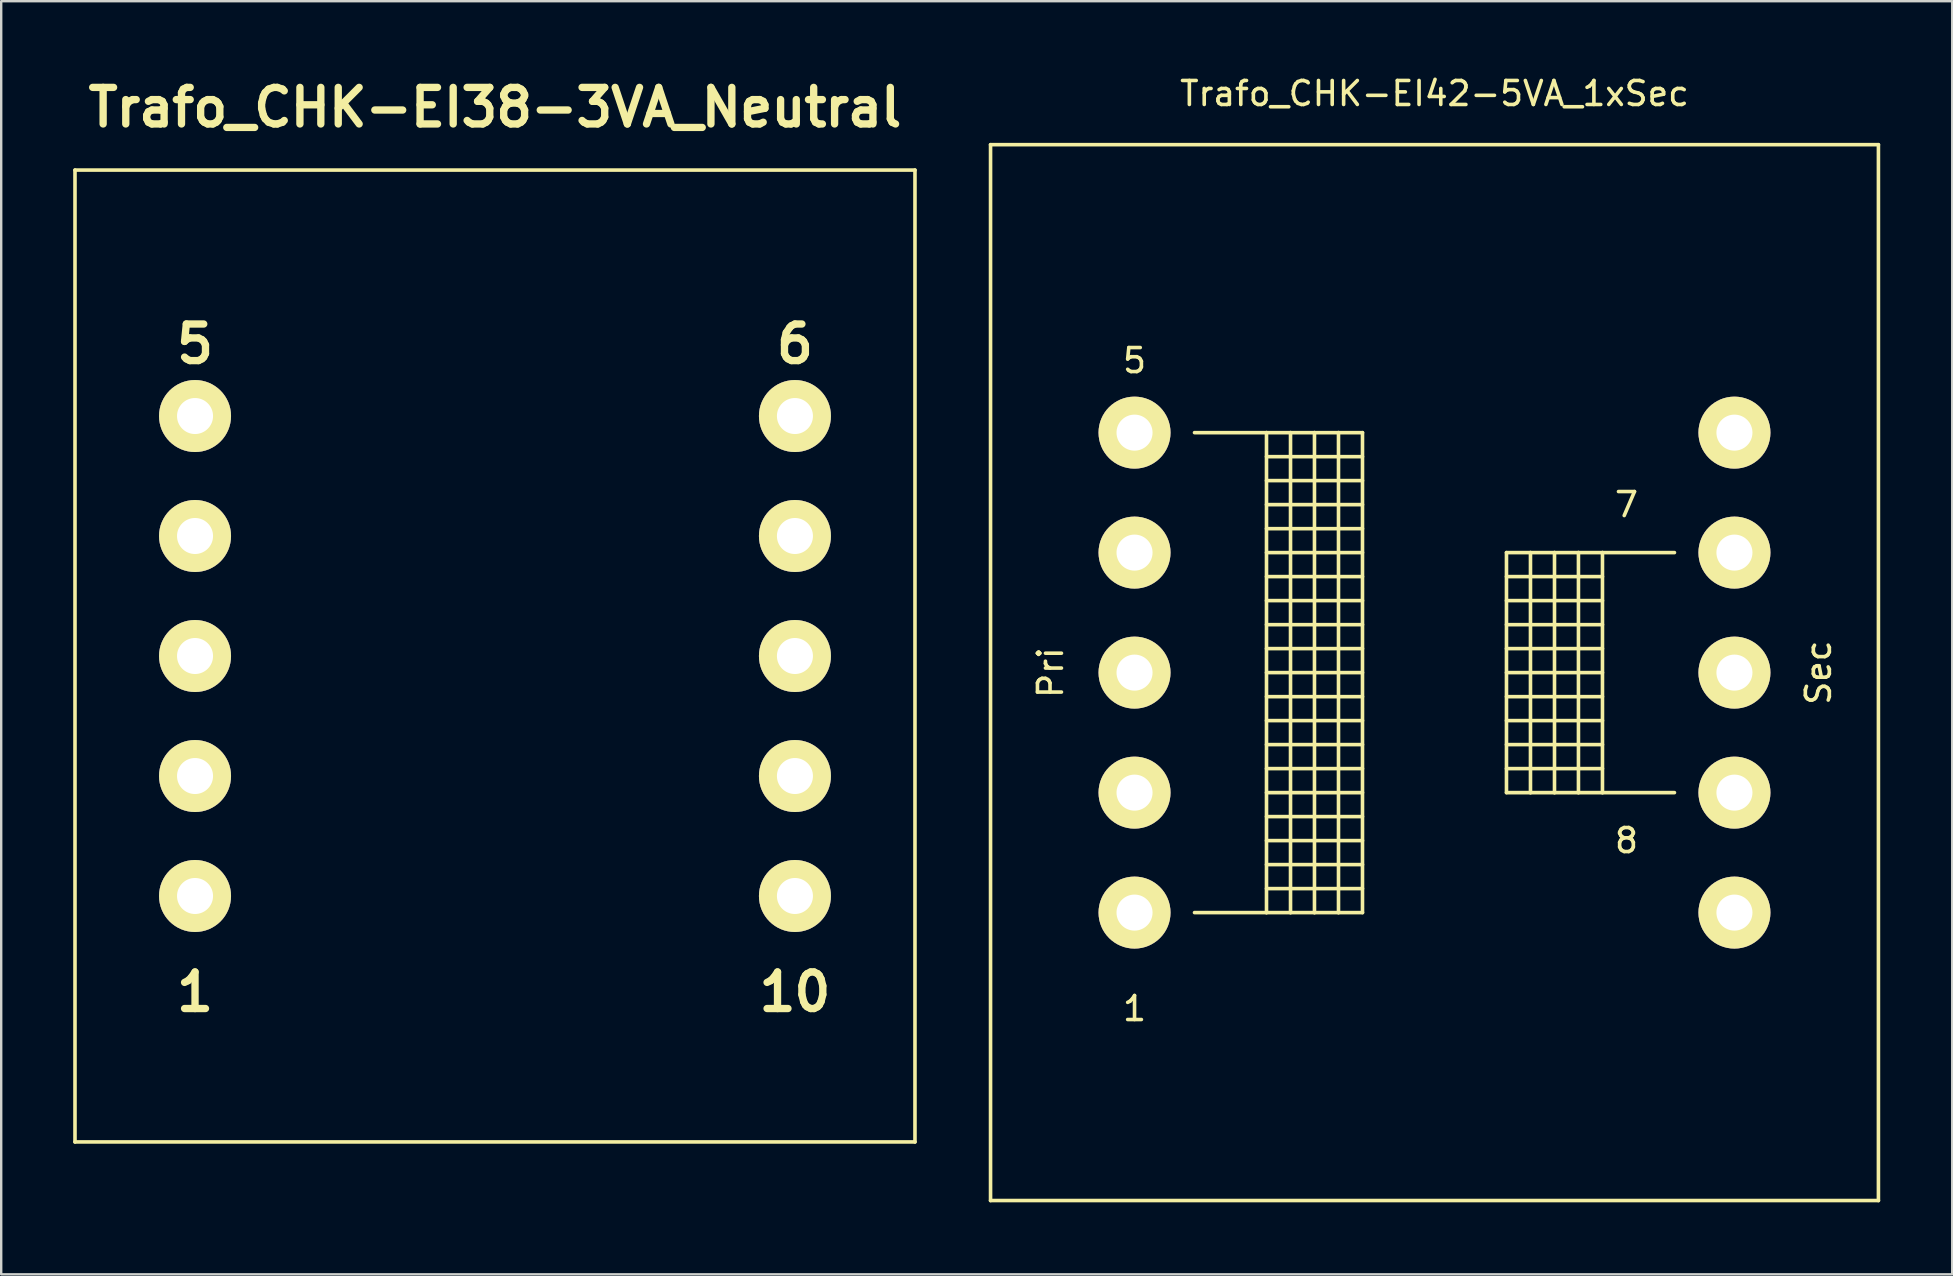
<source format=kicad_pcb>
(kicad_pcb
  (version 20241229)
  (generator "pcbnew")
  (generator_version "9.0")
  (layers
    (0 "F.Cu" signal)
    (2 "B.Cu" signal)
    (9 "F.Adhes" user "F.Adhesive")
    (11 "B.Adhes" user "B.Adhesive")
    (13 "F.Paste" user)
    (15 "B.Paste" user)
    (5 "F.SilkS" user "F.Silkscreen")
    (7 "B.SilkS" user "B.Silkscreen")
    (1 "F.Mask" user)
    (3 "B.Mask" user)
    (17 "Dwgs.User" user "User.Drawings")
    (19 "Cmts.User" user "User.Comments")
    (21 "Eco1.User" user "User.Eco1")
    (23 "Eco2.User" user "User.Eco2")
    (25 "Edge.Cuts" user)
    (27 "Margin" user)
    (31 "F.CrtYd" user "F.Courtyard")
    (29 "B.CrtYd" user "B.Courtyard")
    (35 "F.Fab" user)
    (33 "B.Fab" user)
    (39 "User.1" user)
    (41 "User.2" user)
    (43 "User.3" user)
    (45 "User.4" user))
  (footprint "Trafo_CHK-EI42-5VA_1xSec"
    (layer "F.Cu")
    (at 56.725 24.978)
    (property "Reference" "Trafo_CHK-EI42-5VA_1xSec" (at 0 -24.13 0) (layer "F.SilkS") (effects (font (size 1 1) (thickness 0.15))))
    (attr through_hole)
    (fp_line (start -18.499 -21.999) (end -18.499 21.999) (stroke (width 0.15) (type solid)) (layer "F.SilkS"))
    (fp_line (start -18.499 21.999) (end 18.499 21.999) (stroke (width 0.15) (type solid)) (layer "F.SilkS"))
    (fp_line (start -10 -10) (end -7 -10) (stroke (width 0.15) (type solid)) (layer "F.SilkS"))
    (fp_line (start -7 -10) (end -7 10) (stroke (width 0.15) (type solid)) (layer "F.SilkS"))
    (fp_line (start -7 -10) (end -5.999 -10) (stroke (width 0.15) (type solid)) (layer "F.SilkS"))
    (fp_line (start -7 -8.999) (end -3 -8.999) (stroke (width 0.15) (type solid)) (layer "F.SilkS"))
    (fp_line (start -7 -8.001) (end -3 -8.001) (stroke (width 0.15) (type solid)) (layer "F.SilkS"))
    (fp_line (start -7 -7) (end -3 -7) (stroke (width 0.15) (type solid)) (layer "F.SilkS"))
    (fp_line (start -7 -5.999) (end -3 -5.999) (stroke (width 0.15) (type solid)) (layer "F.SilkS"))
    (fp_line (start -7 -5.001) (end -3 -5.001) (stroke (width 0.15) (type solid)) (layer "F.SilkS"))
    (fp_line (start -7 -4) (end -3 -4) (stroke (width 0.15) (type solid)) (layer "F.SilkS"))
    (fp_line (start -7 -3) (end -3 -3) (stroke (width 0.15) (type solid)) (layer "F.SilkS"))
    (fp_line (start -7 -1.999) (end -3 -1.999) (stroke (width 0.15) (type solid)) (layer "F.SilkS"))
    (fp_line (start -7 -1.001) (end -3 -1.001) (stroke (width 0.15) (type solid)) (layer "F.SilkS"))
    (fp_line (start -7 0) (end -3 0) (stroke (width 0.15) (type solid)) (layer "F.SilkS"))
    (fp_line (start -7 1.001) (end -3 1.001) (stroke (width 0.15) (type solid)) (layer "F.SilkS"))
    (fp_line (start -7 1.999) (end -3 1.999) (stroke (width 0.15) (type solid)) (layer "F.SilkS"))
    (fp_line (start -7 3) (end -3 3) (stroke (width 0.15) (type solid)) (layer "F.SilkS"))
    (fp_line (start -7 4) (end -3 4) (stroke (width 0.15) (type solid)) (layer "F.SilkS"))
    (fp_line (start -7 5.001) (end -3 5.001) (stroke (width 0.15) (type solid)) (layer "F.SilkS"))
    (fp_line (start -7 5.999) (end -3 5.999) (stroke (width 0.15) (type solid)) (layer "F.SilkS"))
    (fp_line (start -7 7) (end -3 7) (stroke (width 0.15) (type solid)) (layer "F.SilkS"))
    (fp_line (start -7 8.001) (end -3 8.001) (stroke (width 0.15) (type solid)) (layer "F.SilkS"))
    (fp_line (start -7 8.999) (end -3 8.999) (stroke (width 0.15) (type solid)) (layer "F.SilkS"))
    (fp_line (start -7 10) (end -10 10) (stroke (width 0.15) (type solid)) (layer "F.SilkS"))
    (fp_line (start -5.999 -10) (end -5.999 10) (stroke (width 0.15) (type solid)) (layer "F.SilkS"))
    (fp_line (start -5.999 -10) (end -5.001 -10) (stroke (width 0.15) (type solid)) (layer "F.SilkS"))
    (fp_line (start -5.999 10) (end -7 10) (stroke (width 0.15) (type solid)) (layer "F.SilkS"))
    (fp_line (start -5.001 -10) (end -5.001 10) (stroke (width 0.15) (type solid)) (layer "F.SilkS"))
    (fp_line (start -5.001 -10) (end -4 -10) (stroke (width 0.15) (type solid)) (layer "F.SilkS"))
    (fp_line (start -5.001 10) (end -5.999 10) (stroke (width 0.15) (type solid)) (layer "F.SilkS"))
    (fp_line (start -4 -10) (end -4 10) (stroke (width 0.15) (type solid)) (layer "F.SilkS"))
    (fp_line (start -4 -10) (end -3 -10) (stroke (width 0.15) (type solid)) (layer "F.SilkS"))
    (fp_line (start -4 10) (end -5.001 10) (stroke (width 0.15) (type solid)) (layer "F.SilkS"))
    (fp_line (start -3 -10) (end -3 10) (stroke (width 0.15) (type solid)) (layer "F.SilkS"))
    (fp_line (start -3 10) (end -4 10) (stroke (width 0.15) (type solid)) (layer "F.SilkS"))
    (fp_line (start 3 -5.001) (end 3 5.001) (stroke (width 0.15) (type solid)) (layer "F.SilkS"))
    (fp_line (start 3 -4) (end 7 -4) (stroke (width 0.15) (type solid)) (layer "F.SilkS"))
    (fp_line (start 3 -1.999) (end 7 -1.999) (stroke (width 0.15) (type solid)) (layer "F.SilkS"))
    (fp_line (start 3 0) (end 7 0) (stroke (width 0.15) (type solid)) (layer "F.SilkS"))
    (fp_line (start 3 1.999) (end 7 1.999) (stroke (width 0.15) (type solid)) (layer "F.SilkS"))
    (fp_line (start 3 4) (end 7 4) (stroke (width 0.15) (type solid)) (layer "F.SilkS"))
    (fp_line (start 3 5.001) (end 4 5.001) (stroke (width 0.15) (type solid)) (layer "F.SilkS"))
    (fp_line (start 4 -5.001) (end 3 -5.001) (stroke (width 0.15) (type solid)) (layer "F.SilkS"))
    (fp_line (start 4 -5.001) (end 4 5.001) (stroke (width 0.15) (type solid)) (layer "F.SilkS"))
    (fp_line (start 4 5.001) (end 5.001 5.001) (stroke (width 0.15) (type solid)) (layer "F.SilkS"))
    (fp_line (start 5.001 -5.001) (end 4 -5.001) (stroke (width 0.15) (type solid)) (layer "F.SilkS"))
    (fp_line (start 5.001 -5.001) (end 5.001 5.001) (stroke (width 0.15) (type solid)) (layer "F.SilkS"))
    (fp_line (start 5.001 5.001) (end 5.999 5.001) (stroke (width 0.15) (type solid)) (layer "F.SilkS"))
    (fp_line (start 5.999 -5.001) (end 5.001 -5.001) (stroke (width 0.15) (type solid)) (layer "F.SilkS"))
    (fp_line (start 5.999 -5.001) (end 5.999 5.001) (stroke (width 0.15) (type solid)) (layer "F.SilkS"))
    (fp_line (start 5.999 5.001) (end 7 5.001) (stroke (width 0.15) (type solid)) (layer "F.SilkS"))
    (fp_line (start 7 -5.001) (end 5.999 -5.001) (stroke (width 0.15) (type solid)) (layer "F.SilkS"))
    (fp_line (start 7 -5.001) (end 7 5.001) (stroke (width 0.15) (type solid)) (layer "F.SilkS"))
    (fp_line (start 7 -3) (end 3 -3) (stroke (width 0.15) (type solid)) (layer "F.SilkS"))
    (fp_line (start 7 -1.001) (end 3 -1.001) (stroke (width 0.15) (type solid)) (layer "F.SilkS"))
    (fp_line (start 7 1.001) (end 3 1.001) (stroke (width 0.15) (type solid)) (layer "F.SilkS"))
    (fp_line (start 7 3) (end 3 3) (stroke (width 0.15) (type solid)) (layer "F.SilkS"))
    (fp_line (start 7 5.001) (end 10 5.001) (stroke (width 0.15) (type solid)) (layer "F.SilkS"))
    (fp_line (start 10 -5.001) (end 7 -5.001) (stroke (width 0.15) (type solid)) (layer "F.SilkS"))
    (fp_line (start 18.499 -21.999) (end -18.499 -21.999) (stroke (width 0.15) (type solid)) (layer "F.SilkS"))
    (fp_line (start 18.499 21.999) (end 18.499 -21.999) (stroke (width 0.15) (type solid)) (layer "F.SilkS"))
    (fp_text user "7" (at 8.001 -7 0) (layer "F.SilkS") (effects (font (size 1 1) (thickness 0.15))))
    (fp_text user "5" (at -12.499 -13 0) (layer "F.SilkS") (effects (font (size 1 1) (thickness 0.15))))
    (fp_text user "Pri" (at -15.999 0 90) (layer "F.SilkS") (effects (font (size 1 1) (thickness 0.15))))
    (fp_text user "Sec" (at 15.999 0 90) (layer "F.SilkS") (effects (font (size 1 1) (thickness 0.15))))
    (fp_text user "1" (at -12.499 14 0) (layer "F.SilkS") (effects (font (size 1 1) (thickness 0.15))))
    (fp_text user "8" (at 8.001 7 0) (layer "F.SilkS") (effects (font (size 1 1) (thickness 0.15))))
    (pad "1" thru_hole circle (at -12.499 10) (size 3 3) (drill 1.501) (layers "*.Cu" "*.Mask" "F.SilkS"))
    (pad "2" thru_hole circle (at -12.499 5.001) (size 3 3) (drill 1.501) (layers "*.Cu" "*.Mask" "F.SilkS"))
    (pad "3" thru_hole circle (at -12.499 0) (size 3 3) (drill 1.501) (layers "*.Cu" "*.Mask" "F.SilkS"))
    (pad "4" thru_hole circle (at -12.499 -5.001) (size 3 3) (drill 1.501) (layers "*.Cu" "*.Mask" "F.SilkS"))
    (pad "5" thru_hole circle (at -12.499 -10) (size 3 3) (drill 1.501) (layers "*.Cu" "*.Mask" "F.SilkS"))
    (pad "6" thru_hole circle (at 12.499 -10) (size 3 3) (drill 1.501) (layers "*.Cu" "*.Mask" "F.SilkS"))
    (pad "7" thru_hole circle (at 12.499 -5.001) (size 3 3) (drill 1.501) (layers "*.Cu" "*.Mask" "F.SilkS"))
    (pad "8" thru_hole circle (at 12.499 0) (size 3 3) (drill 1.501) (layers "*.Cu" "*.Mask" "F.SilkS"))
    (pad "9" thru_hole circle (at 12.499 5.001) (size 3 3) (drill 1.501) (layers "*.Cu" "*.Mask" "F.SilkS"))
    (pad "10" thru_hole circle (at 12.499 10) (size 3 3) (drill 1.501) (layers "*.Cu" "*.Mask" "F.SilkS")))
  (footprint "Trafo_CHK-EI38-3VA_Neutral"
    (layer "F.Cu")
    (at 17.576 24.286)
    (property "Reference" "Trafo_CHK-EI38-3VA_Neutral" (at 0 -22.86 0) (layer "F.SilkS") (effects (font (size 1.524 1.524) (thickness 0.305))))
    (attr through_hole)
    (fp_line (start -17.501 -20.249) (end -17.501 20.249) (stroke (width 0.15) (type solid)) (layer "F.SilkS"))
    (fp_line (start -17.501 20.249) (end 17.501 20.249) (stroke (width 0.15) (type solid)) (layer "F.SilkS"))
    (fp_line (start 17.501 -20.249) (end -17.501 -20.249) (stroke (width 0.15) (type solid)) (layer "F.SilkS"))
    (fp_line (start 17.501 20.249) (end 17.501 -20.249) (stroke (width 0.15) (type solid)) (layer "F.SilkS"))
    (fp_text user "10" (at 12.499 14 0) (layer "F.SilkS") (effects (font (size 1.524 1.524) (thickness 0.305))))
    (fp_text user "1" (at -12.499 14 0) (layer "F.SilkS") (effects (font (size 1.524 1.524) (thickness 0.305))))
    (fp_text user "5" (at -12.499 -13 0) (layer "F.SilkS") (effects (font (size 1.524 1.524) (thickness 0.305))))
    (fp_text user "6" (at 12.499 -13 0) (layer "F.SilkS") (effects (font (size 1.524 1.524) (thickness 0.305))))
    (pad "1" thru_hole circle (at -12.499 10) (size 3 3) (drill 1.501) (layers "*.Cu" "*.Mask" "F.SilkS"))
    (pad "2" thru_hole circle (at -12.499 5.001) (size 3 3) (drill 1.501) (layers "*.Cu" "*.Mask" "F.SilkS"))
    (pad "3" thru_hole circle (at -12.499 0) (size 3 3) (drill 1.501) (layers "*.Cu" "*.Mask" "F.SilkS"))
    (pad "4" thru_hole circle (at -12.499 -5.001) (size 3 3) (drill 1.501) (layers "*.Cu" "*.Mask" "F.SilkS"))
    (pad "5" thru_hole circle (at -12.499 -10) (size 3 3) (drill 1.501) (layers "*.Cu" "*.Mask" "F.SilkS"))
    (pad "6" thru_hole circle (at 12.499 -10) (size 3 3) (drill 1.501) (layers "*.Cu" "*.Mask" "F.SilkS"))
    (pad "7" thru_hole circle (at 12.499 -5.001) (size 3 3) (drill 1.501) (layers "*.Cu" "*.Mask" "F.SilkS"))
    (pad "8" thru_hole circle (at 12.499 0) (size 3 3) (drill 1.501) (layers "*.Cu" "*.Mask" "F.SilkS"))
    (pad "9" thru_hole circle (at 12.499 5.001) (size 3 3) (drill 1.501) (layers "*.Cu" "*.Mask" "F.SilkS"))
    (pad "10" thru_hole circle (at 12.499 10) (size 3 3) (drill 1.501) (layers "*.Cu" "*.Mask" "F.SilkS")))
  (gr_rect
    (start -3 -3)
    (end 78.299 50.052)
    (stroke (width 0.1) (type default))
    (fill no)
    (layer "Edge.Cuts")))
</source>
